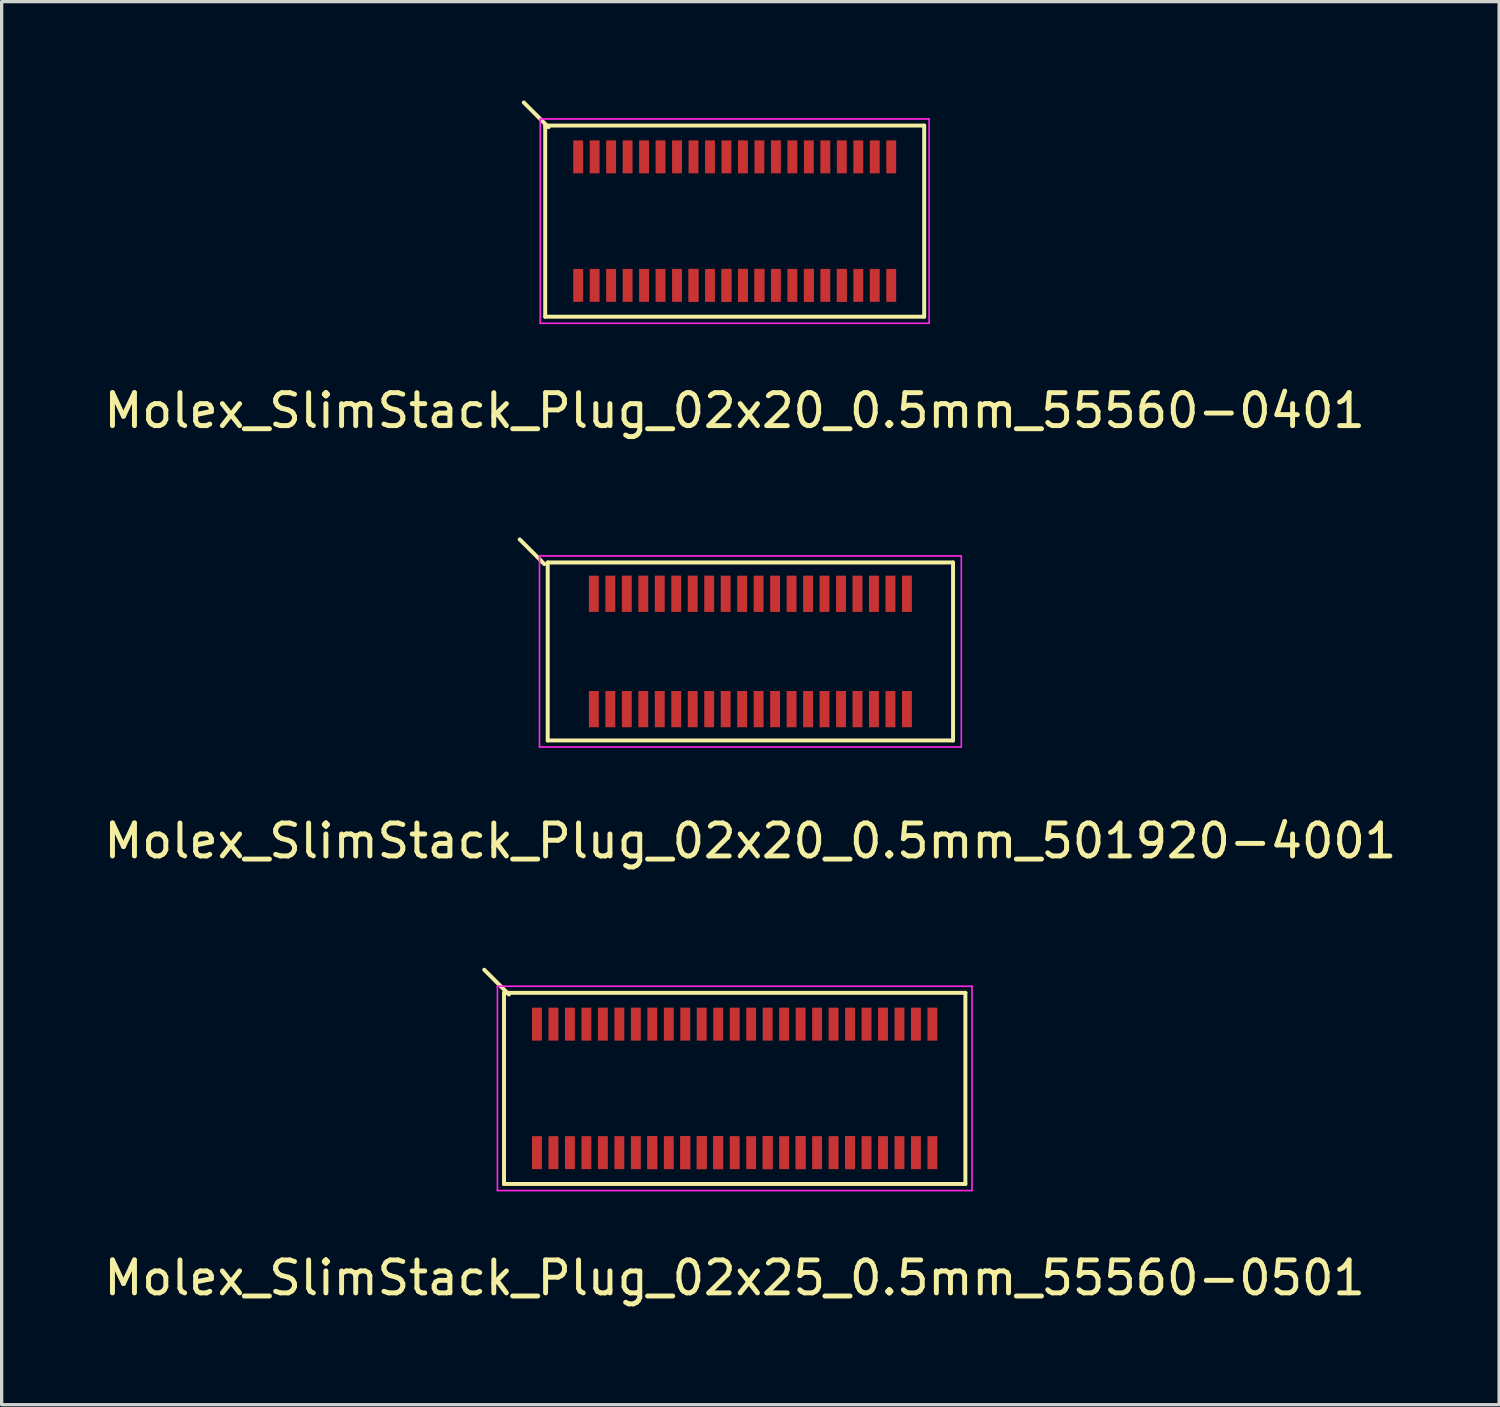
<source format=kicad_pcb>
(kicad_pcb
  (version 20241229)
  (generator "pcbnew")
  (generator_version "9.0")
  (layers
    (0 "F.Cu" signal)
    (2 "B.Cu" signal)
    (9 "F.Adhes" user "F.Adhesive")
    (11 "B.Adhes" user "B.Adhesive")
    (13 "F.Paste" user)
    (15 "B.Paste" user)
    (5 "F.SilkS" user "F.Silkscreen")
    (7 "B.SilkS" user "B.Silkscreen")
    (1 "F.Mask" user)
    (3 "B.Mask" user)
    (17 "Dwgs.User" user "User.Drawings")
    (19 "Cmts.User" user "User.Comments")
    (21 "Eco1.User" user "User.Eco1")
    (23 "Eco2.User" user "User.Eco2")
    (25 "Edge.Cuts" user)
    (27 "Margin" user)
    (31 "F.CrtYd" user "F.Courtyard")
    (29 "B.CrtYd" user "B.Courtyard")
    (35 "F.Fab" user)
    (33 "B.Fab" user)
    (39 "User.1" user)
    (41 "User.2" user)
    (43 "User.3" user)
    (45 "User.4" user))
  (footprint "Molex_SlimStack_Plug_02x20_0.5mm_501920-4001"
    (layer "F.Cu")
    (at 19.72 16.718)
    (property "Reference" "Molex_SlimStack_Plug_02x20_0.5mm_501920-4001" (at 0 5.75 0) (layer "F.SilkS") (effects (font (size 1 1) (thickness 0.15))))
    (attr smd)
    (fp_line (start -6.25 -2.65) (end -7 -3.4) (stroke (width 0.12) (type solid)) (layer "F.SilkS"))
    (fp_line (start -6.15 -2.7) (end -6.15 2.7) (stroke (width 0.12) (type solid)) (layer "F.SilkS"))
    (fp_line (start -6.15 2.7) (end 6.15 2.7) (stroke (width 0.12) (type solid)) (layer "F.SilkS"))
    (fp_line (start 6.15 -2.7) (end -6.15 -2.7) (stroke (width 0.12) (type solid)) (layer "F.SilkS"))
    (fp_line (start 6.15 2.7) (end 6.15 -2.7) (stroke (width 0.12) (type solid)) (layer "F.SilkS"))
    (fp_line (start -6.4 -2.9) (end -6.4 2.9) (stroke (width 0.05) (type solid)) (layer "F.CrtYd"))
    (fp_line (start -6.4 2.9) (end 6.4 2.9) (stroke (width 0.05) (type solid)) (layer "F.CrtYd"))
    (fp_line (start 6.4 -2.9) (end -6.4 -2.9) (stroke (width 0.05) (type solid)) (layer "F.CrtYd"))
    (fp_line (start 6.4 2.9) (end 6.4 -2.9) (stroke (width 0.05) (type solid)) (layer "F.CrtYd"))
    (pad "1" smd rect (at -4.75 -1.75) (size 0.3 1.1) (layers "F.Cu" "F.Mask" "F.Paste"))
    (pad "2" smd rect (at -4.75 1.75) (size 0.3 1.1) (layers "F.Cu" "F.Mask" "F.Paste"))
    (pad "3" smd rect (at -4.25 -1.75) (size 0.3 1.1) (layers "F.Cu" "F.Mask" "F.Paste"))
    (pad "4" smd rect (at -4.25 1.75) (size 0.3 1.1) (layers "F.Cu" "F.Mask" "F.Paste"))
    (pad "5" smd rect (at -3.75 -1.75) (size 0.3 1.1) (layers "F.Cu" "F.Mask" "F.Paste"))
    (pad "6" smd rect (at -3.75 1.75) (size 0.3 1.1) (layers "F.Cu" "F.Mask" "F.Paste"))
    (pad "7" smd rect (at -3.25 -1.75) (size 0.3 1.1) (layers "F.Cu" "F.Mask" "F.Paste"))
    (pad "8" smd rect (at -3.25 1.75) (size 0.3 1.1) (layers "F.Cu" "F.Mask" "F.Paste"))
    (pad "9" smd rect (at -2.75 -1.75) (size 0.3 1.1) (layers "F.Cu" "F.Mask" "F.Paste"))
    (pad "10" smd rect (at -2.75 1.75) (size 0.3 1.1) (layers "F.Cu" "F.Mask" "F.Paste"))
    (pad "11" smd rect (at -2.25 -1.75) (size 0.3 1.1) (layers "F.Cu" "F.Mask" "F.Paste"))
    (pad "12" smd rect (at -2.25 1.75) (size 0.3 1.1) (layers "F.Cu" "F.Mask" "F.Paste"))
    (pad "13" smd rect (at -1.75 -1.75) (size 0.3 1.1) (layers "F.Cu" "F.Mask" "F.Paste"))
    (pad "14" smd rect (at -1.75 1.75) (size 0.3 1.1) (layers "F.Cu" "F.Mask" "F.Paste"))
    (pad "15" smd rect (at -1.25 -1.75) (size 0.3 1.1) (layers "F.Cu" "F.Mask" "F.Paste"))
    (pad "16" smd rect (at -1.25 1.75) (size 0.3 1.1) (layers "F.Cu" "F.Mask" "F.Paste"))
    (pad "17" smd rect (at -0.75 -1.75) (size 0.3 1.1) (layers "F.Cu" "F.Mask" "F.Paste"))
    (pad "18" smd rect (at -0.75 1.75) (size 0.3 1.1) (layers "F.Cu" "F.Mask" "F.Paste"))
    (pad "19" smd rect (at -0.25 -1.75) (size 0.3 1.1) (layers "F.Cu" "F.Mask" "F.Paste"))
    (pad "20" smd rect (at -0.25 1.75) (size 0.3 1.1) (layers "F.Cu" "F.Mask" "F.Paste"))
    (pad "21" smd rect (at 0.25 -1.75) (size 0.3 1.1) (layers "F.Cu" "F.Mask" "F.Paste"))
    (pad "22" smd rect (at 0.25 1.75) (size 0.3 1.1) (layers "F.Cu" "F.Mask" "F.Paste"))
    (pad "23" smd rect (at 0.75 -1.75) (size 0.3 1.1) (layers "F.Cu" "F.Mask" "F.Paste"))
    (pad "24" smd rect (at 0.75 1.75) (size 0.3 1.1) (layers "F.Cu" "F.Mask" "F.Paste"))
    (pad "25" smd rect (at 1.25 -1.75) (size 0.3 1.1) (layers "F.Cu" "F.Mask" "F.Paste"))
    (pad "26" smd rect (at 1.25 1.75) (size 0.3 1.1) (layers "F.Cu" "F.Mask" "F.Paste"))
    (pad "27" smd rect (at 1.75 -1.75) (size 0.3 1.1) (layers "F.Cu" "F.Mask" "F.Paste"))
    (pad "28" smd rect (at 1.75 1.75) (size 0.3 1.1) (layers "F.Cu" "F.Mask" "F.Paste"))
    (pad "29" smd rect (at 2.25 -1.75) (size 0.3 1.1) (layers "F.Cu" "F.Mask" "F.Paste"))
    (pad "30" smd rect (at 2.25 1.75) (size 0.3 1.1) (layers "F.Cu" "F.Mask" "F.Paste"))
    (pad "31" smd rect (at 2.75 -1.75) (size 0.3 1.1) (layers "F.Cu" "F.Mask" "F.Paste"))
    (pad "32" smd rect (at 2.75 1.75) (size 0.3 1.1) (layers "F.Cu" "F.Mask" "F.Paste"))
    (pad "33" smd rect (at 3.25 -1.75) (size 0.3 1.1) (layers "F.Cu" "F.Mask" "F.Paste"))
    (pad "34" smd rect (at 3.25 1.75) (size 0.3 1.1) (layers "F.Cu" "F.Mask" "F.Paste"))
    (pad "35" smd rect (at 3.75 -1.75) (size 0.3 1.1) (layers "F.Cu" "F.Mask" "F.Paste"))
    (pad "36" smd rect (at 3.75 1.75) (size 0.3 1.1) (layers "F.Cu" "F.Mask" "F.Paste"))
    (pad "37" smd rect (at 4.25 -1.75) (size 0.3 1.1) (layers "F.Cu" "F.Mask" "F.Paste"))
    (pad "38" smd rect (at 4.25 1.75) (size 0.3 1.1) (layers "F.Cu" "F.Mask" "F.Paste"))
    (pad "39" smd rect (at 4.75 -1.75) (size 0.3 1.1) (layers "F.Cu" "F.Mask" "F.Paste"))
    (pad "40" smd rect (at 4.75 1.75) (size 0.3 1.1) (layers "F.Cu" "F.Mask" "F.Paste")))
  (footprint "Molex_SlimStack_Plug_02x20_0.5mm_55560-0401"
    (layer "F.Cu")
    (at 19.244 3.66)
    (property "Reference" "Molex_SlimStack_Plug_02x20_0.5mm_55560-0401" (at 0 5.75 0) (layer "F.SilkS") (effects (font (size 1 1) (thickness 0.15))))
    (attr smd)
    (fp_line (start -5.75 -2.9) (end -5.75 2.9) (stroke (width 0.12) (type solid)) (layer "F.SilkS"))
    (fp_line (start -5.75 2.9) (end 5.75 2.9) (stroke (width 0.12) (type solid)) (layer "F.SilkS"))
    (fp_line (start -5.65 -2.85) (end -6.4 -3.6) (stroke (width 0.12) (type solid)) (layer "F.SilkS"))
    (fp_line (start 5.75 -2.9) (end -5.75 -2.9) (stroke (width 0.12) (type solid)) (layer "F.SilkS"))
    (fp_line (start 5.75 2.9) (end 5.75 -2.9) (stroke (width 0.12) (type solid)) (layer "F.SilkS"))
    (fp_line (start -5.9 -3.1) (end -5.9 3.1) (stroke (width 0.05) (type solid)) (layer "F.CrtYd"))
    (fp_line (start -5.9 3.1) (end 5.9 3.1) (stroke (width 0.05) (type solid)) (layer "F.CrtYd"))
    (fp_line (start 5.9 -3.1) (end -5.9 -3.1) (stroke (width 0.05) (type solid)) (layer "F.CrtYd"))
    (fp_line (start 5.9 3.1) (end 5.9 -3.1) (stroke (width 0.05) (type solid)) (layer "F.CrtYd"))
    (pad "1" smd rect (at -4.75 -1.95) (size 0.3 1) (layers "F.Cu" "F.Mask" "F.Paste"))
    (pad "2" smd rect (at -4.75 1.95) (size 0.3 1) (layers "F.Cu" "F.Mask" "F.Paste"))
    (pad "3" smd rect (at -4.25 -1.95) (size 0.3 1) (layers "F.Cu" "F.Mask" "F.Paste"))
    (pad "4" smd rect (at -4.25 1.95) (size 0.3 1) (layers "F.Cu" "F.Mask" "F.Paste"))
    (pad "5" smd rect (at -3.75 -1.95) (size 0.3 1) (layers "F.Cu" "F.Mask" "F.Paste"))
    (pad "6" smd rect (at -3.75 1.95) (size 0.3 1) (layers "F.Cu" "F.Mask" "F.Paste"))
    (pad "7" smd rect (at -3.25 -1.95) (size 0.3 1) (layers "F.Cu" "F.Mask" "F.Paste"))
    (pad "8" smd rect (at -3.25 1.95) (size 0.3 1) (layers "F.Cu" "F.Mask" "F.Paste"))
    (pad "9" smd rect (at -2.75 -1.95) (size 0.3 1) (layers "F.Cu" "F.Mask" "F.Paste"))
    (pad "10" smd rect (at -2.75 1.95) (size 0.3 1) (layers "F.Cu" "F.Mask" "F.Paste"))
    (pad "11" smd rect (at -2.25 -1.95) (size 0.3 1) (layers "F.Cu" "F.Mask" "F.Paste"))
    (pad "12" smd rect (at -2.25 1.95) (size 0.3 1) (layers "F.Cu" "F.Mask" "F.Paste"))
    (pad "13" smd rect (at -1.75 -1.95) (size 0.3 1) (layers "F.Cu" "F.Mask" "F.Paste"))
    (pad "14" smd rect (at -1.75 1.95) (size 0.3 1) (layers "F.Cu" "F.Mask" "F.Paste"))
    (pad "15" smd rect (at -1.25 -1.95) (size 0.3 1) (layers "F.Cu" "F.Mask" "F.Paste"))
    (pad "16" smd rect (at -1.25 1.95) (size 0.3 1) (layers "F.Cu" "F.Mask" "F.Paste"))
    (pad "16" smd rect (at -1.25 1.95) (size 0.3 1) (layers "F.Cu" "F.Mask" "F.Paste"))
    (pad "17" smd rect (at -0.75 -1.95) (size 0.3 1) (layers "F.Cu" "F.Mask" "F.Paste"))
    (pad "18" smd rect (at -0.75 1.95) (size 0.3 1) (layers "F.Cu" "F.Mask" "F.Paste"))
    (pad "19" smd rect (at -0.25 -1.95) (size 0.3 1) (layers "F.Cu" "F.Mask" "F.Paste"))
    (pad "20" smd rect (at -0.25 1.95) (size 0.3 1) (layers "F.Cu" "F.Mask" "F.Paste"))
    (pad "20" smd rect (at -0.25 1.95) (size 0.3 1) (layers "F.Cu" "F.Mask" "F.Paste"))
    (pad "21" smd rect (at 0.25 -1.95) (size 0.3 1) (layers "F.Cu" "F.Mask" "F.Paste"))
    (pad "22" smd rect (at 0.25 1.95) (size 0.3 1) (layers "F.Cu" "F.Mask" "F.Paste"))
    (pad "22" smd rect (at 0.25 1.95) (size 0.3 1) (layers "F.Cu" "F.Mask" "F.Paste"))
    (pad "23" smd rect (at 0.75 -1.95) (size 0.3 1) (layers "F.Cu" "F.Mask" "F.Paste"))
    (pad "24" smd rect (at 0.75 1.95) (size 0.3 1) (layers "F.Cu" "F.Mask" "F.Paste"))
    (pad "24" smd rect (at 0.75 1.95) (size 0.3 1) (layers "F.Cu" "F.Mask" "F.Paste"))
    (pad "25" smd rect (at 1.25 -1.95) (size 0.3 1) (layers "F.Cu" "F.Mask" "F.Paste"))
    (pad "26" smd rect (at 1.25 1.95) (size 0.3 1) (layers "F.Cu" "F.Mask" "F.Paste"))
    (pad "27" smd rect (at 1.75 -1.95) (size 0.3 1) (layers "F.Cu" "F.Mask" "F.Paste"))
    (pad "28" smd rect (at 1.75 1.95) (size 0.3 1) (layers "F.Cu" "F.Mask" "F.Paste"))
    (pad "29" smd rect (at 2.25 -1.95) (size 0.3 1) (layers "F.Cu" "F.Mask" "F.Paste"))
    (pad "30" smd rect (at 2.25 1.95) (size 0.3 1) (layers "F.Cu" "F.Mask" "F.Paste"))
    (pad "30" smd rect (at 2.25 1.95) (size 0.3 1) (layers "F.Cu" "F.Mask" "F.Paste"))
    (pad "31" smd rect (at 2.75 -1.95) (size 0.3 1) (layers "F.Cu" "F.Mask" "F.Paste"))
    (pad "32" smd rect (at 2.75 1.95) (size 0.3 1) (layers "F.Cu" "F.Mask" "F.Paste"))
    (pad "33" smd rect (at 3.25 -1.95) (size 0.3 1) (layers "F.Cu" "F.Mask" "F.Paste"))
    (pad "34" smd rect (at 3.25 1.95) (size 0.3 1) (layers "F.Cu" "F.Mask" "F.Paste"))
    (pad "34" smd rect (at 3.25 1.95) (size 0.3 1) (layers "F.Cu" "F.Mask" "F.Paste"))
    (pad "35" smd rect (at 3.75 -1.95) (size 0.3 1) (layers "F.Cu" "F.Mask" "F.Paste"))
    (pad "36" smd rect (at 3.75 1.95) (size 0.3 1) (layers "F.Cu" "F.Mask" "F.Paste"))
    (pad "37" smd rect (at 4.25 -1.95) (size 0.3 1) (layers "F.Cu" "F.Mask" "F.Paste"))
    (pad "38" smd rect (at 4.25 1.95) (size 0.3 1) (layers "F.Cu" "F.Mask" "F.Paste"))
    (pad "39" smd rect (at 4.75 -1.95) (size 0.3 1) (layers "F.Cu" "F.Mask" "F.Paste"))
    (pad "40" smd rect (at 4.75 1.95) (size 0.3 1) (layers "F.Cu" "F.Mask" "F.Paste")))
  (footprint "Molex_SlimStack_Plug_02x25_0.5mm_55560-0501"
    (layer "F.Cu")
    (at 19.244 29.977)
    (property "Reference" "Molex_SlimStack_Plug_02x25_0.5mm_55560-0501" (at 0 5.75 0) (layer "F.SilkS") (effects (font (size 1 1) (thickness 0.15))))
    (attr smd)
    (fp_line (start -7 -2.9) (end -7 2.9) (stroke (width 0.12) (type solid)) (layer "F.SilkS"))
    (fp_line (start -7 2.9) (end 7 2.9) (stroke (width 0.12) (type solid)) (layer "F.SilkS"))
    (fp_line (start -6.85 -2.85) (end -7.6 -3.6) (stroke (width 0.12) (type solid)) (layer "F.SilkS"))
    (fp_line (start 7 -2.9) (end -7 -2.9) (stroke (width 0.12) (type solid)) (layer "F.SilkS"))
    (fp_line (start 7 2.9) (end 7 -2.9) (stroke (width 0.12) (type solid)) (layer "F.SilkS"))
    (fp_line (start -7.2 -3.1) (end -7.2 3.1) (stroke (width 0.05) (type solid)) (layer "F.CrtYd"))
    (fp_line (start -7.2 3.1) (end 7.2 3.1) (stroke (width 0.05) (type solid)) (layer "F.CrtYd"))
    (fp_line (start 7.2 -3.1) (end -7.2 -3.1) (stroke (width 0.05) (type solid)) (layer "F.CrtYd"))
    (fp_line (start 7.2 3.1) (end 7.2 -3.1) (stroke (width 0.05) (type solid)) (layer "F.CrtYd"))
    (pad "1" smd rect (at -6 -1.95) (size 0.3 1) (layers "F.Cu" "F.Mask" "F.Paste"))
    (pad "2" smd rect (at -6 1.95) (size 0.3 1) (layers "F.Cu" "F.Mask" "F.Paste"))
    (pad "3" smd rect (at -5.5 -1.95) (size 0.3 1) (layers "F.Cu" "F.Mask" "F.Paste"))
    (pad "4" smd rect (at -5.5 1.95) (size 0.3 1) (layers "F.Cu" "F.Mask" "F.Paste"))
    (pad "5" smd rect (at -5 -1.95) (size 0.3 1) (layers "F.Cu" "F.Mask" "F.Paste"))
    (pad "6" smd rect (at -5 1.95) (size 0.3 1) (layers "F.Cu" "F.Mask" "F.Paste"))
    (pad "7" smd rect (at -4.5 -1.95) (size 0.3 1) (layers "F.Cu" "F.Mask" "F.Paste"))
    (pad "8" smd rect (at -4.5 1.95) (size 0.3 1) (layers "F.Cu" "F.Mask" "F.Paste"))
    (pad "9" smd rect (at -4 -1.95) (size 0.3 1) (layers "F.Cu" "F.Mask" "F.Paste"))
    (pad "10" smd rect (at -4 1.95) (size 0.3 1) (layers "F.Cu" "F.Mask" "F.Paste"))
    (pad "11" smd rect (at -3.5 -1.95) (size 0.3 1) (layers "F.Cu" "F.Mask" "F.Paste"))
    (pad "12" smd rect (at -3.5 1.95) (size 0.3 1) (layers "F.Cu" "F.Mask" "F.Paste"))
    (pad "13" smd rect (at -3 -1.95) (size 0.3 1) (layers "F.Cu" "F.Mask" "F.Paste"))
    (pad "14" smd rect (at -3 1.95) (size 0.3 1) (layers "F.Cu" "F.Mask" "F.Paste"))
    (pad "15" smd rect (at -2.5 -1.95) (size 0.3 1) (layers "F.Cu" "F.Mask" "F.Paste"))
    (pad "16" smd rect (at -2.5 1.95) (size 0.3 1) (layers "F.Cu" "F.Mask" "F.Paste"))
    (pad "16" smd rect (at -2.5 1.95) (size 0.3 1) (layers "F.Cu" "F.Mask" "F.Paste"))
    (pad "17" smd rect (at -2 -1.95) (size 0.3 1) (layers "F.Cu" "F.Mask" "F.Paste"))
    (pad "18" smd rect (at -2 1.95) (size 0.3 1) (layers "F.Cu" "F.Mask" "F.Paste"))
    (pad "19" smd rect (at -1.5 -1.95) (size 0.3 1) (layers "F.Cu" "F.Mask" "F.Paste"))
    (pad "20" smd rect (at -1.5 1.95) (size 0.3 1) (layers "F.Cu" "F.Mask" "F.Paste"))
    (pad "20" smd rect (at -1.5 1.95) (size 0.3 1) (layers "F.Cu" "F.Mask" "F.Paste"))
    (pad "21" smd rect (at -1 -1.95) (size 0.3 1) (layers "F.Cu" "F.Mask" "F.Paste"))
    (pad "22" smd rect (at -1 1.95) (size 0.3 1) (layers "F.Cu" "F.Mask" "F.Paste"))
    (pad "22" smd rect (at -1 1.95) (size 0.3 1) (layers "F.Cu" "F.Mask" "F.Paste"))
    (pad "23" smd rect (at -0.5 -1.95) (size 0.3 1) (layers "F.Cu" "F.Mask" "F.Paste"))
    (pad "24" smd rect (at -0.5 1.95) (size 0.3 1) (layers "F.Cu" "F.Mask" "F.Paste"))
    (pad "24" smd rect (at -0.5 1.95) (size 0.3 1) (layers "F.Cu" "F.Mask" "F.Paste"))
    (pad "25" smd rect (at 0 -1.95) (size 0.3 1) (layers "F.Cu" "F.Mask" "F.Paste"))
    (pad "26" smd rect (at 0 1.95) (size 0.3 1) (layers "F.Cu" "F.Mask" "F.Paste"))
    (pad "27" smd rect (at 0.5 -1.95) (size 0.3 1) (layers "F.Cu" "F.Mask" "F.Paste"))
    (pad "28" smd rect (at 0.5 1.95) (size 0.3 1) (layers "F.Cu" "F.Mask" "F.Paste"))
    (pad "29" smd rect (at 1 -1.95) (size 0.3 1) (layers "F.Cu" "F.Mask" "F.Paste"))
    (pad "30" smd rect (at 1 1.95) (size 0.3 1) (layers "F.Cu" "F.Mask" "F.Paste"))
    (pad "30" smd rect (at 1 1.95) (size 0.3 1) (layers "F.Cu" "F.Mask" "F.Paste"))
    (pad "31" smd rect (at 1.5 -1.95) (size 0.3 1) (layers "F.Cu" "F.Mask" "F.Paste"))
    (pad "32" smd rect (at 1.5 1.95) (size 0.3 1) (layers "F.Cu" "F.Mask" "F.Paste"))
    (pad "33" smd rect (at 2 -1.95) (size 0.3 1) (layers "F.Cu" "F.Mask" "F.Paste"))
    (pad "34" smd rect (at 2 1.95) (size 0.3 1) (layers "F.Cu" "F.Mask" "F.Paste"))
    (pad "34" smd rect (at 2 1.95) (size 0.3 1) (layers "F.Cu" "F.Mask" "F.Paste"))
    (pad "35" smd rect (at 2.5 -1.95) (size 0.3 1) (layers "F.Cu" "F.Mask" "F.Paste"))
    (pad "36" smd rect (at 2.5 1.95) (size 0.3 1) (layers "F.Cu" "F.Mask" "F.Paste"))
    (pad "37" smd rect (at 3 -1.95) (size 0.3 1) (layers "F.Cu" "F.Mask" "F.Paste"))
    (pad "38" smd rect (at 3 1.95) (size 0.3 1) (layers "F.Cu" "F.Mask" "F.Paste"))
    (pad "39" smd rect (at 3.5 -1.95) (size 0.3 1) (layers "F.Cu" "F.Mask" "F.Paste"))
    (pad "40" smd rect (at 3.5 1.95) (size 0.3 1) (layers "F.Cu" "F.Mask" "F.Paste"))
    (pad "40" smd rect (at 3.5 1.95) (size 0.3 1) (layers "F.Cu" "F.Mask" "F.Paste"))
    (pad "41" smd rect (at 4 -1.95) (size 0.3 1) (layers "F.Cu" "F.Mask" "F.Paste"))
    (pad "42" smd rect (at 4 1.95) (size 0.3 1) (layers "F.Cu" "F.Mask" "F.Paste"))
    (pad "43" smd rect (at 4.5 -1.95) (size 0.3 1) (layers "F.Cu" "F.Mask" "F.Paste"))
    (pad "44" smd rect (at 4.5 1.95) (size 0.3 1) (layers "F.Cu" "F.Mask" "F.Paste"))
    (pad "45" smd rect (at 5 -1.95) (size 0.3 1) (layers "F.Cu" "F.Mask" "F.Paste"))
    (pad "46" smd rect (at 5 1.95) (size 0.3 1) (layers "F.Cu" "F.Mask" "F.Paste"))
    (pad "47" smd rect (at 5.5 -1.95) (size 0.3 1) (layers "F.Cu" "F.Mask" "F.Paste"))
    (pad "48" smd rect (at 5.5 1.95) (size 0.3 1) (layers "F.Cu" "F.Mask" "F.Paste"))
    (pad "49" smd rect (at 6 -1.95) (size 0.3 1) (layers "F.Cu" "F.Mask" "F.Paste"))
    (pad "50" smd rect (at 6 1.95) (size 0.3 1) (layers "F.Cu" "F.Mask" "F.Paste")))
  (gr_rect
    (start -3 -3)
    (end 42.44 39.575)
    (stroke (width 0.1) (type default))
    (fill no)
    (layer "Edge.Cuts")))
</source>
